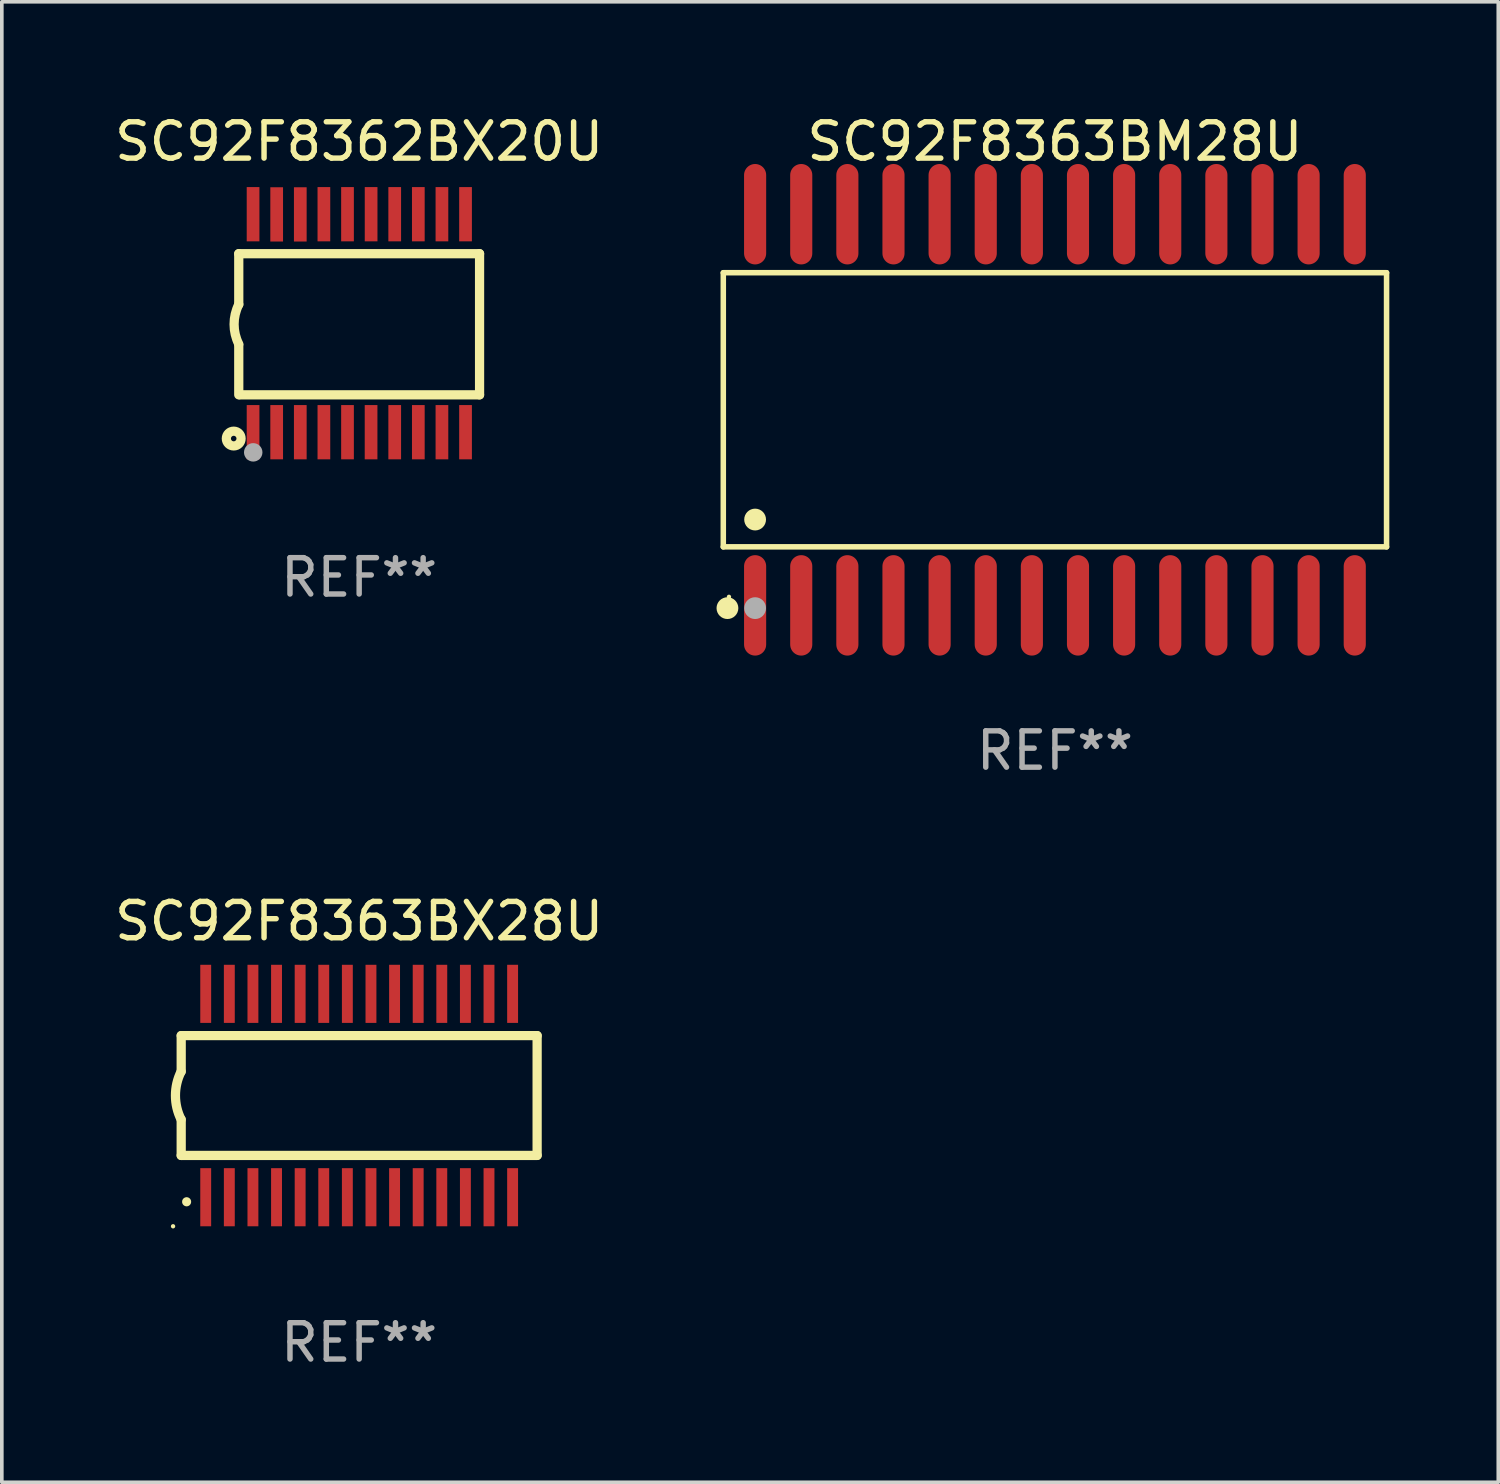
<source format=kicad_pcb>
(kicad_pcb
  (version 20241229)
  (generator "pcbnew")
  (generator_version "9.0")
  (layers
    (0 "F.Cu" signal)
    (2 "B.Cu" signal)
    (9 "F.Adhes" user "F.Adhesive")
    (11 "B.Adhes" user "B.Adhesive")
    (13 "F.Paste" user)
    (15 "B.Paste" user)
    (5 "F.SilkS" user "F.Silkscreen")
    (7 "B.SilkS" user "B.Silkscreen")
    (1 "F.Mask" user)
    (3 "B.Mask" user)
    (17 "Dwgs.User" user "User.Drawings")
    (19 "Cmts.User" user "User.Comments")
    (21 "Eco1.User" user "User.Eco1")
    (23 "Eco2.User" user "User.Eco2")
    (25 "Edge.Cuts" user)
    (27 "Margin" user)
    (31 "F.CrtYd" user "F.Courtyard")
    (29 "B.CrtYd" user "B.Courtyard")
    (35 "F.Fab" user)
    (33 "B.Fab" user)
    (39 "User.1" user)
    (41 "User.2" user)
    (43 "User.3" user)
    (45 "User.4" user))
  (footprint "SC92F8363BX28U"
    (layer "F.Cu")
    (at 6.839 27.114)
    (property "Reference" "SC92F8363BX28U" (at 0 -4.8 0) (layer "F.SilkS") (effects (font (size 1 1) (thickness 0.15))))
    (attr through_hole)
    (fp_line (start -4.9 -1.65) (end -4.9 -0.66) (stroke (width 0.254) (type solid)) (layer "F.SilkS"))
    (fp_line (start -4.9 1.65) (end -4.9 0.659) (stroke (width 0.254) (type solid)) (layer "F.SilkS"))
    (fp_line (start -4.9 -1.65) (end 4.9 -1.65) (stroke (width 0.254) (type solid)) (layer "F.SilkS"))
    (fp_line (start -4.9 1.649) (end 4.9 1.649) (stroke (width 0.254) (type solid)) (layer "F.SilkS"))
    (fp_line (start 4.9 -1.65) (end 4.9 1.649) (stroke (width 0.254) (type solid)) (layer "F.SilkS"))
    (fp_arc (start -4.902197 0.659894) (mid -5.058097 -0.000508) (end -4.902197 -0.660909) (stroke (width 0.254001) (type solid)) (layer "F.SilkS"))
    (fp_arc (start -4.750711 2.926238) (mid -4.750717 2.924968) (end -4.750711 2.923698) (stroke (width 0.24892) (type solid)) (layer "F.SilkS"))
    (fp_circle (center -5.124 3.6) (end -5.094 3.6) (stroke (width 0.06) (type solid)) (fill no) (layer "F.SilkS"))
    (fp_text user "REF**" (at 0 6.8 0) (layer "F.Fab") (effects (font (size 1 1) (thickness 0.15))))
    (pad "1" smd rect (at -4.225 2.8 90) (size 1.6 0.3) (layers "F.Cu" "F.Mask" "F.Paste"))
    (pad "2" smd rect (at -3.575 2.8 90) (size 1.6 0.3) (layers "F.Cu" "F.Mask" "F.Paste"))
    (pad "3" smd rect (at -2.925 2.8 90) (size 1.6 0.3) (layers "F.Cu" "F.Mask" "F.Paste"))
    (pad "4" smd rect (at -2.275 2.8 90) (size 1.6 0.3) (layers "F.Cu" "F.Mask" "F.Paste"))
    (pad "5" smd rect (at -1.625 2.8 90) (size 1.6 0.3) (layers "F.Cu" "F.Mask" "F.Paste"))
    (pad "6" smd rect (at -0.975 2.8 90) (size 1.6 0.3) (layers "F.Cu" "F.Mask" "F.Paste"))
    (pad "7" smd rect (at -0.325 2.8 90) (size 1.6 0.3) (layers "F.Cu" "F.Mask" "F.Paste"))
    (pad "8" smd rect (at 0.325 2.8 90) (size 1.6 0.3) (layers "F.Cu" "F.Mask" "F.Paste"))
    (pad "9" smd rect (at 0.975 2.8 90) (size 1.6 0.3) (layers "F.Cu" "F.Mask" "F.Paste"))
    (pad "10" smd rect (at 1.625 2.8 90) (size 1.6 0.3) (layers "F.Cu" "F.Mask" "F.Paste"))
    (pad "11" smd rect (at 2.275 2.8 90) (size 1.6 0.3) (layers "F.Cu" "F.Mask" "F.Paste"))
    (pad "12" smd rect (at 2.925 2.8 90) (size 1.6 0.3) (layers "F.Cu" "F.Mask" "F.Paste"))
    (pad "13" smd rect (at 3.575 2.8 90) (size 1.6 0.3) (layers "F.Cu" "F.Mask" "F.Paste"))
    (pad "14" smd rect (at 4.225 2.8 90) (size 1.6 0.3) (layers "F.Cu" "F.Mask" "F.Paste"))
    (pad "15" smd rect (at 4.225 -2.8 90) (size 1.6 0.3) (layers "F.Cu" "F.Mask" "F.Paste"))
    (pad "16" smd rect (at 3.575 -2.8 90) (size 1.6 0.3) (layers "F.Cu" "F.Mask" "F.Paste"))
    (pad "17" smd rect (at 2.925 -2.8 90) (size 1.6 0.3) (layers "F.Cu" "F.Mask" "F.Paste"))
    (pad "18" smd rect (at 2.275 -2.8 90) (size 1.6 0.3) (layers "F.Cu" "F.Mask" "F.Paste"))
    (pad "19" smd rect (at 1.625 -2.8 90) (size 1.6 0.3) (layers "F.Cu" "F.Mask" "F.Paste"))
    (pad "20" smd rect (at 0.975 -2.8 90) (size 1.6 0.3) (layers "F.Cu" "F.Mask" "F.Paste"))
    (pad "21" smd rect (at 0.325 -2.8 90) (size 1.6 0.3) (layers "F.Cu" "F.Mask" "F.Paste"))
    (pad "22" smd rect (at -0.325 -2.8 90) (size 1.6 0.3) (layers "F.Cu" "F.Mask" "F.Paste"))
    (pad "23" smd rect (at -0.975 -2.8 90) (size 1.6 0.3) (layers "F.Cu" "F.Mask" "F.Paste"))
    (pad "24" smd rect (at -1.625 -2.8 90) (size 1.6 0.3) (layers "F.Cu" "F.Mask" "F.Paste"))
    (pad "25" smd rect (at -2.275 -2.8 90) (size 1.6 0.3) (layers "F.Cu" "F.Mask" "F.Paste"))
    (pad "26" smd rect (at -2.925 -2.8 90) (size 1.6 0.3) (layers "F.Cu" "F.Mask" "F.Paste"))
    (pad "27" smd rect (at -3.575 -2.8 90) (size 1.6 0.3) (layers "F.Cu" "F.Mask" "F.Paste"))
    (pad "28" smd rect (at -4.225 -2.8 90) (size 1.6 0.3) (layers "F.Cu" "F.Mask" "F.Paste")))
  (footprint "SC92F8363BM28U"
    (layer "F.Cu")
    (at 25.996 8.233)
    (property "Reference" "SC92F8363BM28U" (at 0 -7.385 0) (layer "F.SilkS") (effects (font (size 1 1) (thickness 0.15))))
    (attr through_hole)
    (fp_line (start -9.131 -3.774) (end 9.131 -3.774) (stroke (width 0.152) (type solid)) (layer "F.SilkS"))
    (fp_line (start -9.131 3.774) (end -9.131 -3.774) (stroke (width 0.152) (type solid)) (layer "F.SilkS"))
    (fp_line (start 9.131 -3.774) (end 9.131 3.774) (stroke (width 0.152) (type solid)) (layer "F.SilkS"))
    (fp_line (start 9.131 3.774) (end -9.131 3.774) (stroke (width 0.152) (type solid)) (layer "F.SilkS"))
    (fp_circle (center -9.017 5.461) (end -8.867 5.461) (stroke (width 0.3) (type solid)) (fill no) (layer "F.SilkS"))
    (fp_circle (center -8.975 5.15) (end -8.945 5.15) (stroke (width 0.06) (type solid)) (fill no) (layer "F.SilkS"))
    (fp_circle (center -8.255 3.022) (end -8.105 3.022) (stroke (width 0.3) (type solid)) (fill no) (layer "F.SilkS"))
    (fp_circle (center -8.255 5.461) (end -8.105 5.461) (stroke (width 0.3) (type solid)) (fill no) (layer "F.Fab"))
    (fp_text user "REF**" (at 0 9.385 0) (layer "F.Fab") (effects (font (size 1 1) (thickness 0.15))))
    (pad "1" smd oval (at -8.255 5.385) (size 0.609 2.765) (layers "F.Cu" "F.Mask" "F.Paste"))
    (pad "2" smd oval (at -6.985 5.385) (size 0.609 2.765) (layers "F.Cu" "F.Mask" "F.Paste"))
    (pad "3" smd oval (at -5.715 5.385) (size 0.609 2.765) (layers "F.Cu" "F.Mask" "F.Paste"))
    (pad "4" smd oval (at -4.445 5.385) (size 0.609 2.765) (layers "F.Cu" "F.Mask" "F.Paste"))
    (pad "5" smd oval (at -3.175 5.385) (size 0.609 2.765) (layers "F.Cu" "F.Mask" "F.Paste"))
    (pad "6" smd oval (at -1.905 5.385) (size 0.609 2.765) (layers "F.Cu" "F.Mask" "F.Paste"))
    (pad "7" smd oval (at -0.635 5.385) (size 0.609 2.765) (layers "F.Cu" "F.Mask" "F.Paste"))
    (pad "8" smd oval (at 0.635 5.385) (size 0.609 2.765) (layers "F.Cu" "F.Mask" "F.Paste"))
    (pad "9" smd oval (at 1.905 5.385) (size 0.609 2.765) (layers "F.Cu" "F.Mask" "F.Paste"))
    (pad "10" smd oval (at 3.175 5.385) (size 0.609 2.765) (layers "F.Cu" "F.Mask" "F.Paste"))
    (pad "11" smd oval (at 4.445 5.385) (size 0.609 2.765) (layers "F.Cu" "F.Mask" "F.Paste"))
    (pad "12" smd oval (at 5.715 5.385) (size 0.609 2.765) (layers "F.Cu" "F.Mask" "F.Paste"))
    (pad "13" smd oval (at 6.985 5.385) (size 0.609 2.765) (layers "F.Cu" "F.Mask" "F.Paste"))
    (pad "14" smd oval (at 8.255 5.385) (size 0.609 2.765) (layers "F.Cu" "F.Mask" "F.Paste"))
    (pad "15" smd oval (at 8.255 -5.385) (size 0.609 2.765) (layers "F.Cu" "F.Mask" "F.Paste"))
    (pad "16" smd oval (at 6.985 -5.385) (size 0.609 2.765) (layers "F.Cu" "F.Mask" "F.Paste"))
    (pad "17" smd oval (at 5.715 -5.385) (size 0.609 2.765) (layers "F.Cu" "F.Mask" "F.Paste"))
    (pad "18" smd oval (at 4.445 -5.385) (size 0.609 2.765) (layers "F.Cu" "F.Mask" "F.Paste"))
    (pad "19" smd oval (at 3.175 -5.385) (size 0.609 2.765) (layers "F.Cu" "F.Mask" "F.Paste"))
    (pad "20" smd oval (at 1.905 -5.385) (size 0.609 2.765) (layers "F.Cu" "F.Mask" "F.Paste"))
    (pad "21" smd oval (at 0.635 -5.385) (size 0.609 2.765) (layers "F.Cu" "F.Mask" "F.Paste"))
    (pad "22" smd oval (at -0.635 -5.385) (size 0.609 2.765) (layers "F.Cu" "F.Mask" "F.Paste"))
    (pad "23" smd oval (at -1.905 -5.385) (size 0.609 2.765) (layers "F.Cu" "F.Mask" "F.Paste"))
    (pad "24" smd oval (at -3.175 -5.385) (size 0.609 2.765) (layers "F.Cu" "F.Mask" "F.Paste"))
    (pad "25" smd oval (at -4.445 -5.385) (size 0.609 2.765) (layers "F.Cu" "F.Mask" "F.Paste"))
    (pad "26" smd oval (at -5.715 -5.385) (size 0.609 2.765) (layers "F.Cu" "F.Mask" "F.Paste"))
    (pad "27" smd oval (at -6.985 -5.385) (size 0.609 2.765) (layers "F.Cu" "F.Mask" "F.Paste"))
    (pad "28" smd oval (at -8.255 -5.385) (size 0.609 2.765) (layers "F.Cu" "F.Mask" "F.Paste")))
  (footprint "SC92F8362BX20U"
    (layer "F.Cu")
    (at 6.839 5.849)
    (property "Reference" "SC92F8362BX20U" (at 0 -5.001 0) (layer "F.SilkS") (effects (font (size 1 1) (thickness 0.15))))
    (attr through_hole)
    (fp_line (start -3.315 -0.517) (end -3.315 -1.914) (stroke (width 0.254) (type solid)) (layer "F.SilkS"))
    (fp_line (start -3.315 1.972) (end -3.315 0.601) (stroke (width 0.254) (type solid)) (layer "F.SilkS"))
    (fp_line (start 3.315 -1.914) (end -3.315 -1.914) (stroke (width 0.254) (type solid)) (layer "F.SilkS"))
    (fp_line (start 3.315 1.972) (end -3.287 1.972) (stroke (width 0.254) (type solid)) (layer "F.SilkS"))
    (fp_line (start 3.315 1.972) (end 3.315 -1.914) (stroke (width 0.254) (type solid)) (layer "F.SilkS"))
    (fp_arc (start -3.314707 0.57521) (mid -3.443628 0.029096) (end -3.314707 -0.517018) (stroke (width 0.254001) (type solid)) (layer "F.SilkS"))
    (fp_circle (center -3.454 3.176) (end -3.378 3.176) (stroke (width 0.254) (type solid)) (fill no) (layer "F.SilkS"))
    (fp_circle (center -3.246 3.2) (end -3.216 3.2) (stroke (width 0.06) (type solid)) (fill no) (layer "F.SilkS"))
    (fp_circle (center -2.917 3.556) (end -2.79 3.556) (stroke (width 0.254) (type solid)) (fill no) (layer "F.Fab"))
    (fp_text user "REF**" (at 0 7.001 0) (layer "F.Fab") (effects (font (size 1 1) (thickness 0.15))))
    (pad "1" smd rect (at -2.921 3.001) (size 0.35 1.494) (layers "F.Cu" "F.Mask" "F.Paste"))
    (pad "2" smd rect (at -2.271 3.001) (size 0.35 1.494) (layers "F.Cu" "F.Mask" "F.Paste"))
    (pad "3" smd rect (at -1.621 3.001) (size 0.35 1.494) (layers "F.Cu" "F.Mask" "F.Paste"))
    (pad "4" smd rect (at -0.971 3.001) (size 0.35 1.494) (layers "F.Cu" "F.Mask" "F.Paste"))
    (pad "5" smd rect (at -0.321 3.001) (size 0.35 1.494) (layers "F.Cu" "F.Mask" "F.Paste"))
    (pad "6" smd rect (at 0.328 3.001) (size 0.35 1.494) (layers "F.Cu" "F.Mask" "F.Paste"))
    (pad "7" smd rect (at 0.979 3.001) (size 0.35 1.494) (layers "F.Cu" "F.Mask" "F.Paste"))
    (pad "8" smd rect (at 1.629 3.001) (size 0.35 1.494) (layers "F.Cu" "F.Mask" "F.Paste"))
    (pad "9" smd rect (at 2.279 3.001) (size 0.35 1.494) (layers "F.Cu" "F.Mask" "F.Paste"))
    (pad "10" smd rect (at 2.929 3.001) (size 0.35 1.494) (layers "F.Cu" "F.Mask" "F.Paste"))
    (pad "11" smd rect (at 2.929 -3.001) (size 0.35 1.494) (layers "F.Cu" "F.Mask" "F.Paste"))
    (pad "12" smd rect (at 2.279 -3.001) (size 0.35 1.494) (layers "F.Cu" "F.Mask" "F.Paste"))
    (pad "13" smd rect (at 1.629 -3.001) (size 0.35 1.494) (layers "F.Cu" "F.Mask" "F.Paste"))
    (pad "14" smd rect (at 0.979 -3.001) (size 0.35 1.494) (layers "F.Cu" "F.Mask" "F.Paste"))
    (pad "15" smd rect (at 0.329 -3.001) (size 0.35 1.494) (layers "F.Cu" "F.Mask" "F.Paste"))
    (pad "16" smd rect (at -0.321 -3.001) (size 0.35 1.494) (layers "F.Cu" "F.Mask" "F.Paste"))
    (pad "17" smd rect (at -0.971 -3.001) (size 0.35 1.494) (layers "F.Cu" "F.Mask" "F.Paste"))
    (pad "18" smd rect (at -1.621 -2.996) (size 0.35 1.494) (layers "F.Cu" "F.Mask" "F.Paste"))
    (pad "19" smd rect (at -2.271 -2.996) (size 0.35 1.494) (layers "F.Cu" "F.Mask" "F.Paste"))
    (pad "20" smd rect (at -2.921 -3.001) (size 0.35 1.494) (layers "F.Cu" "F.Mask" "F.Paste")))
  (gr_rect
    (start -3 -3)
    (end 38.203 37.763)
    (stroke (width 0.1) (type default))
    (fill no)
    (layer "Edge.Cuts")))
</source>
